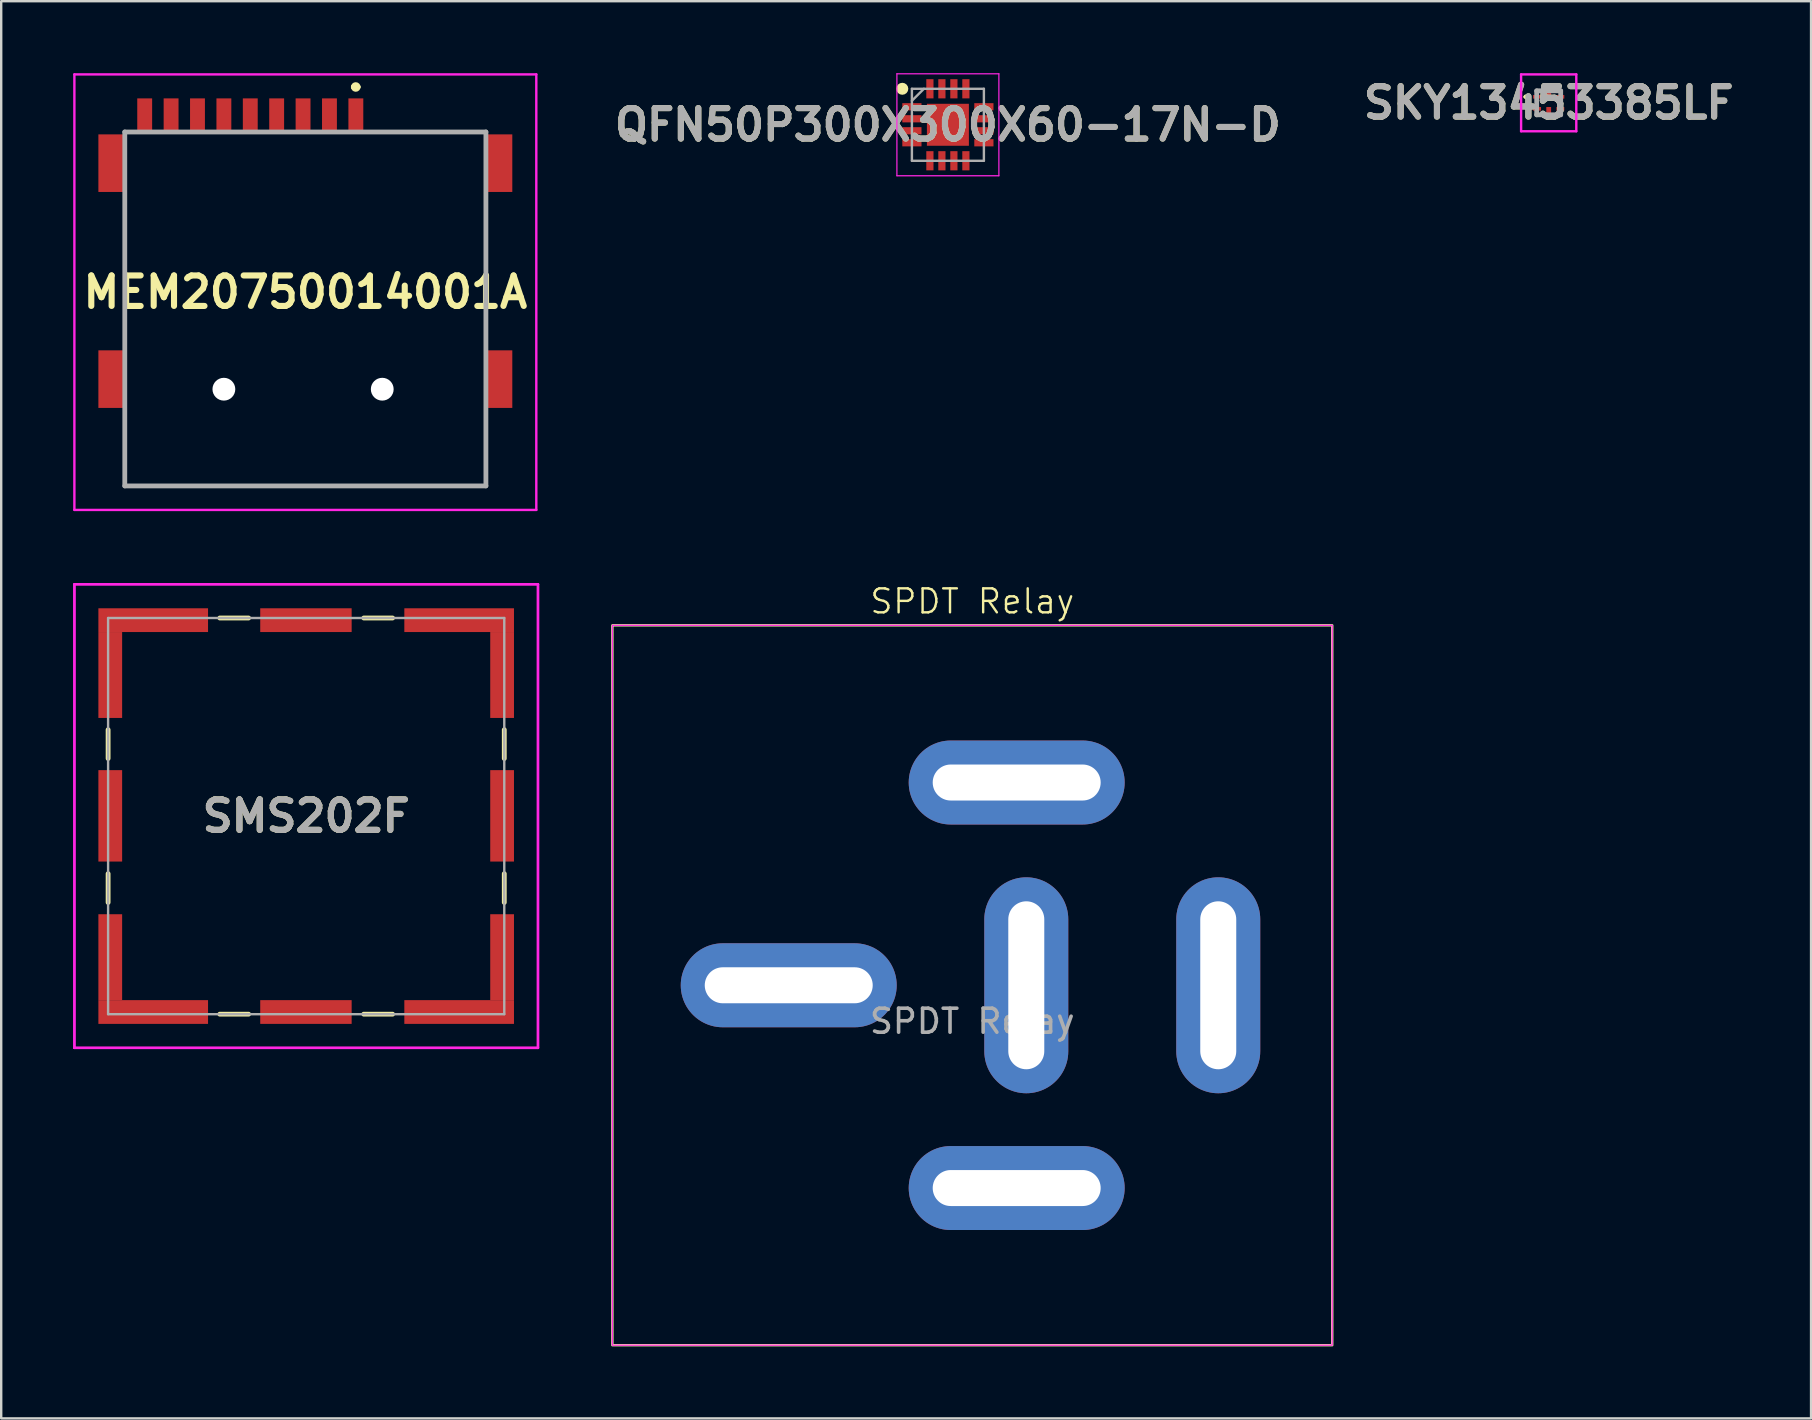
<source format=kicad_pcb>
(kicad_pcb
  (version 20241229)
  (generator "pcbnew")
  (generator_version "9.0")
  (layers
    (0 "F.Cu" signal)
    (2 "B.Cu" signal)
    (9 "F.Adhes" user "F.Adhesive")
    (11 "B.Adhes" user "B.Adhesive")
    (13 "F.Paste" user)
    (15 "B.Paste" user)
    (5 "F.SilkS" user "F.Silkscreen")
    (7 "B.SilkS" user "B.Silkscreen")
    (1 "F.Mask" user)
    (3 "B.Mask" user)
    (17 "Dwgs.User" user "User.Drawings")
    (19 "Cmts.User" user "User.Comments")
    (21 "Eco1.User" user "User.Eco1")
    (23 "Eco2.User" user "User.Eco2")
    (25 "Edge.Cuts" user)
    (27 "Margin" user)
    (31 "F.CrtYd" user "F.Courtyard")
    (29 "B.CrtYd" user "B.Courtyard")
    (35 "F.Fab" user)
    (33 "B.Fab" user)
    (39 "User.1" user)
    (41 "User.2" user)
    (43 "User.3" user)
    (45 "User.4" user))
  (footprint "SPDT Relay"
    (layer "F.Cu")
    (at 37.47 38.011)
    (property "Reference" "SPDT Relay" (at 0 -16 0) (unlocked yes) (layer "F.SilkS") (effects (font (size 1 1) (thickness 0.1))))
    (attr through_hole)
    (fp_rect (start -15 -15) (end 15 15) (stroke (width 0.1) (type default)) (fill no) (layer "F.SilkS"))
    (fp_rect (start -15 -15) (end 15 15) (stroke (width 0.05) (type default)) (fill no) (layer "F.CrtYd"))
    (fp_text user "${REFERENCE}" (at 0 1.5 0) (unlocked yes) (layer "F.Fab") (effects (font (size 1 1) (thickness 0.15))))
    (pad "30" thru_hole oval (at -7.65 0 90) (size 3.5 9) (drill oval 1.5 7) (layers "*.Cu" "*.Mask"))
    (pad "85" thru_hole oval (at 1.85 -8.45 90) (size 3.5 9) (drill oval 1.5 7) (layers "*.Cu" "*.Mask"))
    (pad "86" thru_hole oval (at 1.85 8.45 90) (size 3.5 9) (drill oval 1.5 7) (layers "*.Cu" "*.Mask"))
    (pad "87" thru_hole oval (at 10.25 0 180) (size 3.5 9) (drill oval 1.5 7) (layers "*.Cu" "*.Mask"))
    (pad "87a" thru_hole oval (at 2.25 0 180) (size 3.5 9) (drill oval 1.5 7) (layers "*.Cu" "*.Mask")))
  (footprint "MEM20750014001A"
    (layer "F.Cu")
    (at 9.675 9.475)
    (property "Reference" "MEM20750014001A" (at 0 -0.35 0) (layer "F.SilkS") (effects (font (size 1.27 1.27) (thickness 0.254))))
    (attr through_hole)
    (fp_line (start -7.525 -4.025) (end -7.525 1.4) (stroke (width 0.1) (type solid)) (layer "F.SilkS"))
    (fp_line (start -7.525 4.975) (end -7.525 7.725) (stroke (width 0.1) (type solid)) (layer "F.SilkS"))
    (fp_line (start -7.525 7.725) (end 7.525 7.725) (stroke (width 0.1) (type solid)) (layer "F.SilkS"))
    (fp_line (start 2 -8.9) (end 2 -8.9) (stroke (width 0.2) (type solid)) (layer "F.SilkS"))
    (fp_line (start 2.2 -8.9) (end 2.2 -8.9) (stroke (width 0.2) (type solid)) (layer "F.SilkS"))
    (fp_line (start 2.8 -7.025) (end 7 -7.025) (stroke (width 0.1) (type solid)) (layer "F.SilkS"))
    (fp_line (start 7.525 -4.025) (end 7.525 1.4) (stroke (width 0.1) (type solid)) (layer "F.SilkS"))
    (fp_line (start 7.525 7.725) (end 7.525 4.975) (stroke (width 0.1) (type solid)) (layer "F.SilkS"))
    (fp_arc (start 2 -8.9) (mid 2.1 -9) (end 2.2 -8.9) (stroke (width 0.2) (type solid)) (layer "F.SilkS"))
    (fp_arc (start 2.2 -8.9) (mid 2.1 -8.8) (end 2 -8.9) (stroke (width 0.2) (type solid)) (layer "F.SilkS"))
    (fp_line (start -9.625 -9.425) (end 9.625 -9.425) (stroke (width 0.1) (type solid)) (layer "F.CrtYd"))
    (fp_line (start -9.625 8.725) (end -9.625 -9.425) (stroke (width 0.1) (type solid)) (layer "F.CrtYd"))
    (fp_line (start 9.625 -9.425) (end 9.625 8.725) (stroke (width 0.1) (type solid)) (layer "F.CrtYd"))
    (fp_line (start 9.625 8.725) (end -9.625 8.725) (stroke (width 0.1) (type solid)) (layer "F.CrtYd"))
    (fp_line (start -7.525 -7.025) (end 7.525 -7.025) (stroke (width 0.2) (type solid)) (layer "F.Fab"))
    (fp_line (start -7.525 7.725) (end -7.525 -7.025) (stroke (width 0.2) (type solid)) (layer "F.Fab"))
    (fp_line (start 7.525 -7.025) (end 7.525 7.725) (stroke (width 0.2) (type solid)) (layer "F.Fab"))
    (fp_line (start 7.525 7.725) (end -7.525 7.725) (stroke (width 0.2) (type solid)) (layer "F.Fab"))
    (pad "" np_thru_hole circle (at -3.395 3.695) (size 0.95 0.95) (drill 0.95) (layers "*.Cu" "*.Mask"))
    (pad "" np_thru_hole circle (at 3.205 3.695) (size 0.95 0.95) (drill 0.95) (layers "*.Cu" "*.Mask"))
    (pad "1" smd rect (at 2.105 -7.725) (size 0.62 1.4) (layers "F.Cu" "F.Mask" "F.Paste"))
    (pad "2" smd rect (at 1.005 -7.725) (size 0.62 1.4) (layers "F.Cu" "F.Mask" "F.Paste"))
    (pad "3" smd rect (at -0.095 -7.725) (size 0.62 1.4) (layers "F.Cu" "F.Mask" "F.Paste"))
    (pad "4" smd rect (at -1.195 -7.725) (size 0.62 1.4) (layers "F.Cu" "F.Mask" "F.Paste"))
    (pad "5" smd rect (at -2.295 -7.725) (size 0.62 1.4) (layers "F.Cu" "F.Mask" "F.Paste"))
    (pad "6" smd rect (at -3.395 -7.725) (size 0.62 1.4) (layers "F.Cu" "F.Mask" "F.Paste"))
    (pad "7" smd rect (at -4.495 -7.725) (size 0.62 1.4) (layers "F.Cu" "F.Mask" "F.Paste"))
    (pad "8" smd rect (at -5.595 -7.725) (size 0.62 1.4) (layers "F.Cu" "F.Mask" "F.Paste"))
    (pad "9" smd rect (at -6.695 -7.725) (size 0.62 1.4) (layers "F.Cu" "F.Mask" "F.Paste"))
    (pad "10" smd rect (at -8.075 -5.725) (size 1.1 2.4) (layers "F.Cu" "F.Mask" "F.Paste"))
    (pad "11" smd rect (at -8.075 3.275) (size 1.1 2.4) (layers "F.Cu" "F.Mask" "F.Paste"))
    (pad "12" smd rect (at 8.075 3.275) (size 1.1 2.4) (layers "F.Cu" "F.Mask" "F.Paste"))
    (pad "13" smd rect (at 8.075 -5.725) (size 1.1 2.4) (layers "F.Cu" "F.Mask" "F.Paste")))
  (footprint "SKY13453385LF"
    (layer "F.Cu")
    (at 61.491 1.235)
    (property "Reference" "SKY13453385LF" (at 0 0 0) (layer "F.SilkS") (effects (font (size 1.27 1.27) (thickness 0.254))))
    (attr smd)
    (fp_line (start -1 -0.25) (end -1 -0.25) (stroke (width 0.1) (type solid)) (layer "F.SilkS"))
    (fp_line (start -0.9 -0.25) (end -0.9 -0.25) (stroke (width 0.1) (type solid)) (layer "F.SilkS"))
    (fp_arc (start -1 -0.25) (mid -0.95 -0.3) (end -0.9 -0.25) (stroke (width 0.1) (type solid)) (layer "F.SilkS"))
    (fp_arc (start -0.9 -0.25) (mid -0.95 -0.2) (end -1 -0.25) (stroke (width 0.1) (type solid)) (layer "F.SilkS"))
    (fp_line (start -1.15 -1.185) (end 1.15 -1.185) (stroke (width 0.1) (type solid)) (layer "F.CrtYd"))
    (fp_line (start -1.15 1.185) (end -1.15 -1.185) (stroke (width 0.1) (type solid)) (layer "F.CrtYd"))
    (fp_line (start 1.15 -1.185) (end 1.15 1.185) (stroke (width 0.1) (type solid)) (layer "F.CrtYd"))
    (fp_line (start 1.15 1.185) (end -1.15 1.185) (stroke (width 0.1) (type solid)) (layer "F.CrtYd"))
    (fp_line (start -0.5 -0.5) (end -0.5 0.5) (stroke (width 0.2) (type solid)) (layer "F.Fab"))
    (fp_line (start -0.5 0.5) (end 0.5 0.5) (stroke (width 0.2) (type solid)) (layer "F.Fab"))
    (fp_line (start 0.5 -0.5) (end -0.5 -0.5) (stroke (width 0.2) (type solid)) (layer "F.Fab"))
    (fp_line (start 0.5 0.5) (end 0.5 -0.5) (stroke (width 0.2) (type solid)) (layer "F.Fab"))
    (fp_text user "${REFERENCE}" (at 0 0 0) (layer "F.Fab") (effects (font (size 1.27 1.27) (thickness 0.254))))
    (pad "1" smd rect (at -0.485 -0.25 90) (size 0.15 0.33) (layers "F.Cu" "F.Mask" "F.Paste"))
    (pad "2" smd rect (at -0.485 0.25 90) (size 0.15 0.33) (layers "F.Cu" "F.Mask" "F.Paste"))
    (pad "3" smd rect (at 0 0.43) (size 0.2 0.51) (layers "F.Cu" "F.Mask" "F.Paste"))
    (pad "4" smd rect (at 0.485 0.25 90) (size 0.15 0.33) (layers "F.Cu" "F.Mask" "F.Paste"))
    (pad "5" smd rect (at 0.485 -0.25 90) (size 0.15 0.33) (layers "F.Cu" "F.Mask" "F.Paste"))
    (pad "6" smd rect (at 0 -0.43) (size 0.2 0.51) (layers "F.Cu" "F.Mask" "F.Paste")))
  (footprint "SMS202F"
    (layer "F.Cu")
    (at 9.71 30.96)
    (property "Reference" "SMS202F" (at 0 0 0) (layer "F.SilkS") (effects (font (size 1.27 1.27) (thickness 0.254))))
    (attr allow_missing_courtyard)
    (fp_line (start -8.255 -3.6) (end -8.255 -2.4) (stroke (width 0.2) (type solid)) (layer "F.SilkS"))
    (fp_line (start -8.255 2.4) (end -8.255 3.6) (stroke (width 0.2) (type solid)) (layer "F.SilkS"))
    (fp_line (start -3.6 -8.255) (end -2.4 -8.255) (stroke (width 0.2) (type solid)) (layer "F.SilkS"))
    (fp_line (start -2.4 8.255) (end -3.6 8.255) (stroke (width 0.2) (type solid)) (layer "F.SilkS"))
    (fp_line (start 2.4 -8.255) (end 3.6 -8.255) (stroke (width 0.2) (type solid)) (layer "F.SilkS"))
    (fp_line (start 3.6 8.255) (end 2.4 8.255) (stroke (width 0.2) (type solid)) (layer "F.SilkS"))
    (fp_line (start 8.255 -3.6) (end 8.255 -2.4) (stroke (width 0.2) (type solid)) (layer "F.SilkS"))
    (fp_line (start 8.255 2.4) (end 8.255 3.6) (stroke (width 0.2) (type solid)) (layer "F.SilkS"))
    (fp_line (start -9.66 -9.66) (end 9.66 -9.66) (stroke (width 0.1) (type solid)) (layer "F.CrtYd"))
    (fp_line (start -9.66 -9.66) (end 9.66 -9.66) (stroke (width 0.1) (type solid)) (layer "F.CrtYd"))
    (fp_line (start -9.66 9.66) (end -9.66 -9.66) (stroke (width 0.1) (type solid)) (layer "F.CrtYd"))
    (fp_line (start -9.66 9.66) (end -9.66 -9.66) (stroke (width 0.1) (type solid)) (layer "F.CrtYd"))
    (fp_line (start 9.66 -9.66) (end 9.66 9.66) (stroke (width 0.1) (type solid)) (layer "F.CrtYd"))
    (fp_line (start 9.66 -9.66) (end 9.66 9.66) (stroke (width 0.1) (type solid)) (layer "F.CrtYd"))
    (fp_line (start 9.66 9.66) (end -9.66 9.66) (stroke (width 0.1) (type solid)) (layer "F.CrtYd"))
    (fp_line (start 9.66 9.66) (end -9.66 9.66) (stroke (width 0.1) (type solid)) (layer "F.CrtYd"))
    (fp_line (start -8.255 -8.255) (end 8.255 -8.255) (stroke (width 0.1) (type solid)) (layer "F.Fab"))
    (fp_line (start -8.255 8.255) (end -8.255 -8.255) (stroke (width 0.1) (type solid)) (layer "F.Fab"))
    (fp_line (start 8.255 -8.255) (end 8.255 8.255) (stroke (width 0.1) (type solid)) (layer "F.Fab"))
    (fp_line (start 8.255 8.255) (end -8.255 8.255) (stroke (width 0.1) (type solid)) (layer "F.Fab"))
    (fp_text user "${REFERENCE}" (at 0 0 0) (layer "F.Fab") (effects (font (size 1.27 1.27) (thickness 0.254))))
    (pad "1" smd rect (at -8.165 -5.88) (size 0.99 3.58) (layers "F.Cu" "F.Mask" "F.Paste"))
    (pad "2" smd rect (at -8.165 -0.01) (size 0.99 3.81) (layers "F.Cu" "F.Mask" "F.Paste"))
    (pad "3" smd rect (at -8.165 5.88) (size 0.99 3.58) (layers "F.Cu" "F.Mask" "F.Paste"))
    (pad "4" smd rect (at -6.375 8.165 90) (size 0.99 4.57) (layers "F.Cu" "F.Mask" "F.Paste"))
    (pad "5" smd rect (at -0.01 8.165 90) (size 0.99 3.81) (layers "F.Cu" "F.Mask" "F.Paste"))
    (pad "6" smd rect (at 6.375 8.165 90) (size 0.99 4.57) (layers "F.Cu" "F.Mask" "F.Paste"))
    (pad "7" smd rect (at 8.165 5.88) (size 0.99 3.58) (layers "F.Cu" "F.Mask" "F.Paste"))
    (pad "8" smd rect (at 8.165 -0.01) (size 0.99 3.81) (layers "F.Cu" "F.Mask" "F.Paste"))
    (pad "9" smd rect (at 8.165 -5.88) (size 0.99 3.58) (layers "F.Cu" "F.Mask" "F.Paste"))
    (pad "10" smd rect (at 6.375 -8.165 90) (size 0.99 4.57) (layers "F.Cu" "F.Mask" "F.Paste"))
    (pad "11" smd rect (at -0.01 -8.165 90) (size 0.99 3.81) (layers "F.Cu" "F.Mask" "F.Paste"))
    (pad "12" smd rect (at -6.375 -8.165 90) (size 0.99 4.57) (layers "F.Cu" "F.Mask" "F.Paste")))
  (footprint "QFN50P300X300X60-17N-D"
    (layer "F.Cu")
    (at 36.453 2.15)
    (property "Reference" "QFN50P300X300X60-17N-D" (at 0 0 0) (layer "F.SilkS") (effects (font (size 1.27 1.27) (thickness 0.254))))
    (attr smd)
    (fp_circle (center -1.9 -1.5) (end -1.9 -1.375) (stroke (width 0.25) (type solid)) (fill no) (layer "F.SilkS"))
    (fp_line (start -2.125 -2.125) (end 2.125 -2.125) (stroke (width 0.05) (type solid)) (layer "F.CrtYd"))
    (fp_line (start -2.125 2.125) (end -2.125 -2.125) (stroke (width 0.05) (type solid)) (layer "F.CrtYd"))
    (fp_line (start 2.125 -2.125) (end 2.125 2.125) (stroke (width 0.05) (type solid)) (layer "F.CrtYd"))
    (fp_line (start 2.125 2.125) (end -2.125 2.125) (stroke (width 0.05) (type solid)) (layer "F.CrtYd"))
    (fp_line (start -1.5 -1.5) (end 1.5 -1.5) (stroke (width 0.1) (type solid)) (layer "F.Fab"))
    (fp_line (start -1.5 -1) (end -1 -1.5) (stroke (width 0.1) (type solid)) (layer "F.Fab"))
    (fp_line (start -1.5 1.5) (end -1.5 -1.5) (stroke (width 0.1) (type solid)) (layer "F.Fab"))
    (fp_line (start 1.5 -1.5) (end 1.5 1.5) (stroke (width 0.1) (type solid)) (layer "F.Fab"))
    (fp_line (start 1.5 1.5) (end -1.5 1.5) (stroke (width 0.1) (type solid)) (layer "F.Fab"))
    (fp_text user "${REFERENCE}" (at 0 0 0) (layer "F.Fab") (effects (font (size 1.27 1.27) (thickness 0.254))))
    (pad "1" smd rect (at -1.5 -0.75 90) (size 0.3 0.8) (layers "F.Cu" "F.Mask" "F.Paste"))
    (pad "2" smd rect (at -1.5 -0.25 90) (size 0.3 0.8) (layers "F.Cu" "F.Mask" "F.Paste"))
    (pad "3" smd rect (at -1.5 0.25 90) (size 0.3 0.8) (layers "F.Cu" "F.Mask" "F.Paste"))
    (pad "4" smd rect (at -1.5 0.75 90) (size 0.3 0.8) (layers "F.Cu" "F.Mask" "F.Paste"))
    (pad "5" smd rect (at -0.75 1.5) (size 0.3 0.8) (layers "F.Cu" "F.Mask" "F.Paste"))
    (pad "6" smd rect (at -0.25 1.5) (size 0.3 0.8) (layers "F.Cu" "F.Mask" "F.Paste"))
    (pad "7" smd rect (at 0.25 1.5) (size 0.3 0.8) (layers "F.Cu" "F.Mask" "F.Paste"))
    (pad "8" smd rect (at 0.75 1.5) (size 0.3 0.8) (layers "F.Cu" "F.Mask" "F.Paste"))
    (pad "9" smd rect (at 1.5 0.75 90) (size 0.3 0.8) (layers "F.Cu" "F.Mask" "F.Paste"))
    (pad "10" smd rect (at 1.5 0.25 90) (size 0.3 0.8) (layers "F.Cu" "F.Mask" "F.Paste"))
    (pad "11" smd rect (at 1.5 -0.25 90) (size 0.3 0.8) (layers "F.Cu" "F.Mask" "F.Paste"))
    (pad "12" smd rect (at 1.5 -0.75 90) (size 0.3 0.8) (layers "F.Cu" "F.Mask" "F.Paste"))
    (pad "13" smd rect (at 0.75 -1.5) (size 0.3 0.8) (layers "F.Cu" "F.Mask" "F.Paste"))
    (pad "14" smd rect (at 0.25 -1.5) (size 0.3 0.8) (layers "F.Cu" "F.Mask" "F.Paste"))
    (pad "15" smd rect (at -0.25 -1.5) (size 0.3 0.8) (layers "F.Cu" "F.Mask" "F.Paste"))
    (pad "16" smd rect (at -0.75 -1.5) (size 0.3 0.8) (layers "F.Cu" "F.Mask" "F.Paste"))
    (pad "17" smd rect (at 0 0) (size 1.75 1.75) (layers "F.Cu" "F.Mask" "F.Paste")))
  (gr_rect
    (start -3 -3)
    (end 72.425 56.06)
    (stroke (width 0.1) (type default))
    (fill no)
    (layer "Edge.Cuts")))
</source>
